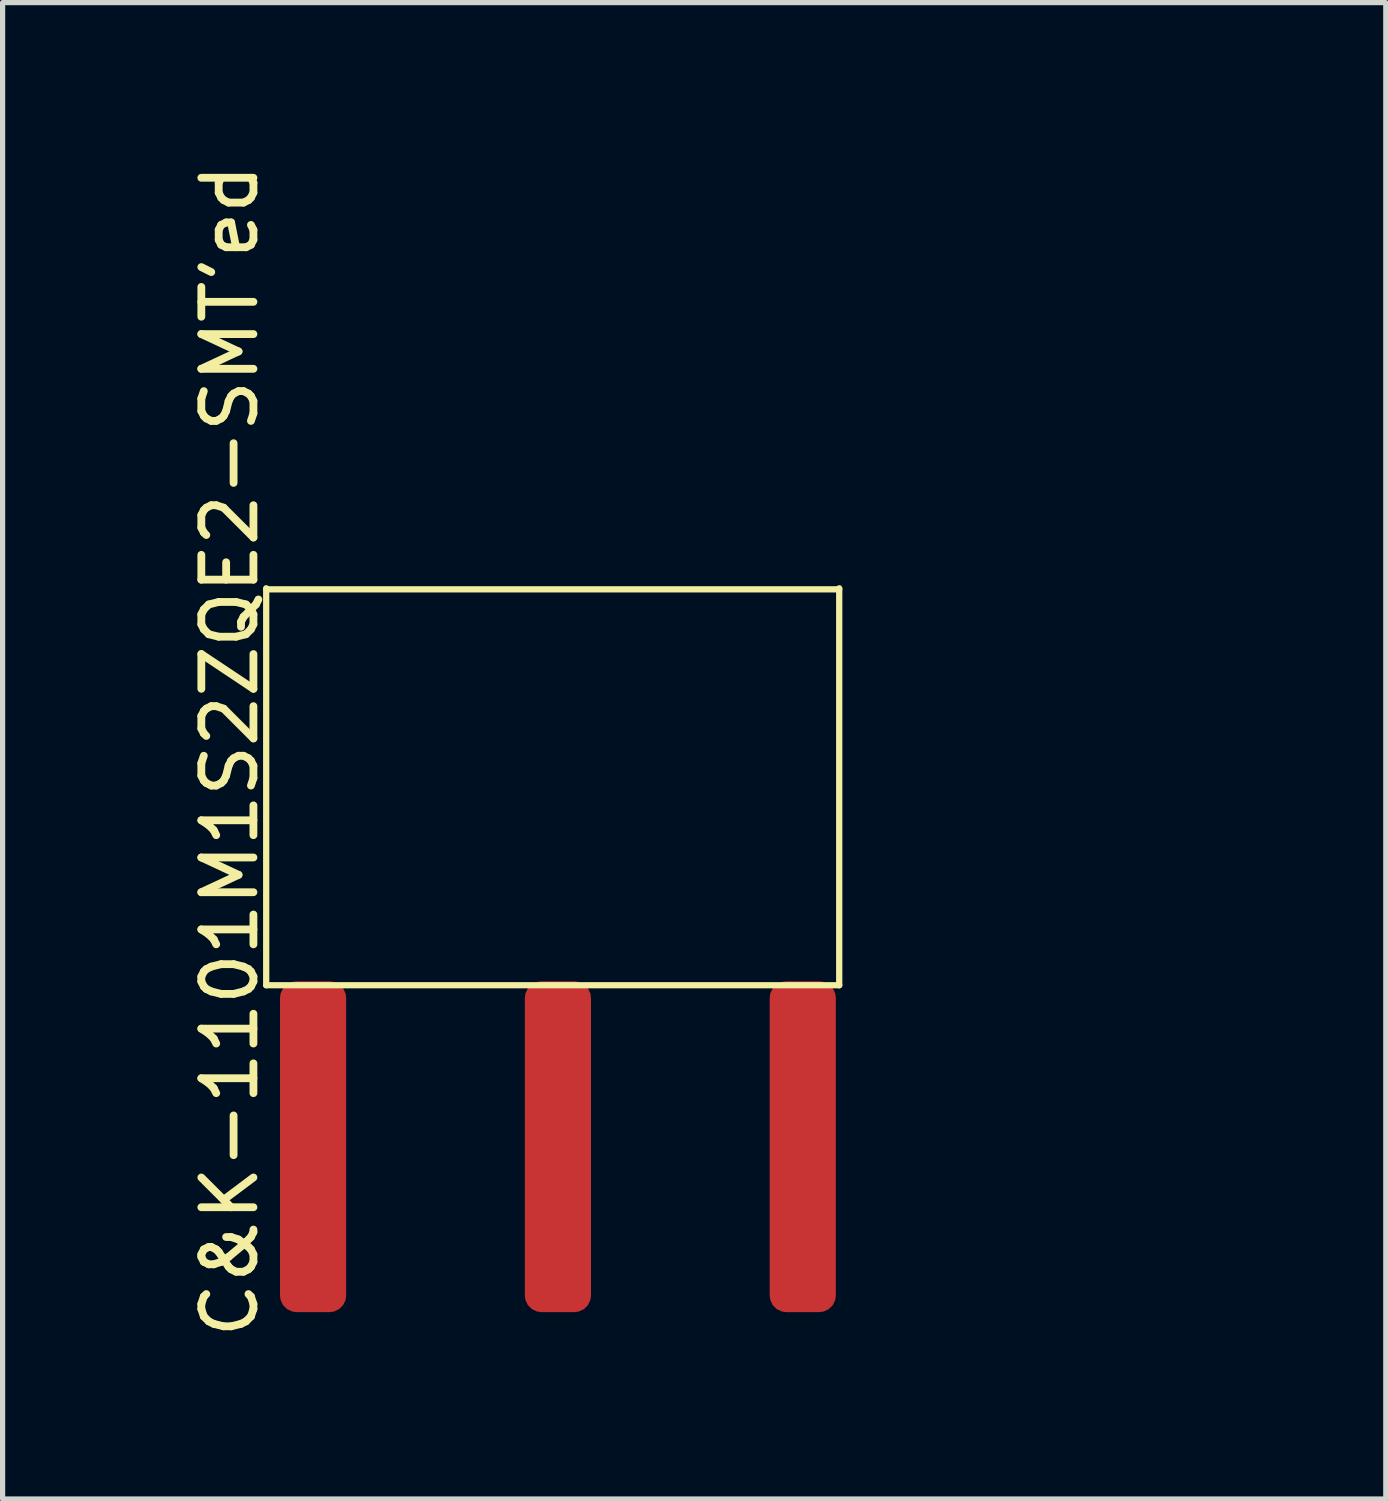
<source format=kicad_pcb>
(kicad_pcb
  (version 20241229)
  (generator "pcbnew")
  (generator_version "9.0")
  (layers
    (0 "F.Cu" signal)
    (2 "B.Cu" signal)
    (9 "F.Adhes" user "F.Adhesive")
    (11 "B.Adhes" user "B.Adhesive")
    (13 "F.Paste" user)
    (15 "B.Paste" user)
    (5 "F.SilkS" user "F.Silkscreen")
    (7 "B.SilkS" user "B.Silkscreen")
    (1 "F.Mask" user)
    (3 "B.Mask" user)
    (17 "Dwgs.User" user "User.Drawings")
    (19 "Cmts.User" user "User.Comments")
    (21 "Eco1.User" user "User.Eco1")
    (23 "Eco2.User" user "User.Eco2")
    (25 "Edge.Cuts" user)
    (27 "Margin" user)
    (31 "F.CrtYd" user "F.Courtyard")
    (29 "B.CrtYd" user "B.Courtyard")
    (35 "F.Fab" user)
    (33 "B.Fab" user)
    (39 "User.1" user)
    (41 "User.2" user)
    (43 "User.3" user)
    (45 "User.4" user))
  (footprint "C&K-1101M1S2ZQE2-SMT'ed"
    (layer "F.Cu")
    (at 7.86 11.763)
    (property "Reference" "C&K-1101M1S2ZQE2-SMT'ed" (at -6.5 -0.4 90) (layer "F.SilkS") (effects (font (size 1 1) (thickness 0.15))))
    (attr through_hole)
    (fp_line (start -5.8 -3.52) (end -5.8 4.1) (stroke (width 0.12) (type solid)) (layer "F.SilkS"))
    (fp_line (start -5.8 4.1) (end 5.2 4.1) (stroke (width 0.12) (type solid)) (layer "F.SilkS"))
    (fp_line (start 5.2 -3.52) (end 5.2 4.1) (stroke (width 0.12) (type solid)) (layer "F.SilkS"))
    (fp_line (start 5.2 -3.5) (end -5.8 -3.5) (stroke (width 0.12) (type solid)) (layer "F.SilkS"))
    (fp_line (start -7.8 -3.7) (end 7.3 -3.7) (stroke (width 0.12) (type solid)) (layer "Eco2.User"))
    (fp_text user "Edge.Cuts" (at 8.9 -2.7 0) (layer "Eco2.User") (effects (font (size 1 1) (thickness 0.15))))
    (pad "1" smd roundrect (at -4.9 7.2) (size 1.27 6.35) (layers "F.Cu" "F.Mask" "F.Paste") (roundrect_rratio 0.25))
    (pad "2" smd roundrect (at -0.2 7.2) (size 1.27 6.35) (layers "F.Cu" "F.Mask" "F.Paste") (roundrect_rratio 0.25))
    (pad "3" smd roundrect (at 4.5 7.2) (size 1.27 6.35) (layers "F.Cu" "F.Mask" "F.Paste") (roundrect_rratio 0.25)))
  (gr_rect
    (start -3 -3)
    (end 23.552 25.726)
    (stroke (width 0.1) (type default))
    (fill no)
    (layer "Edge.Cuts")))
</source>
